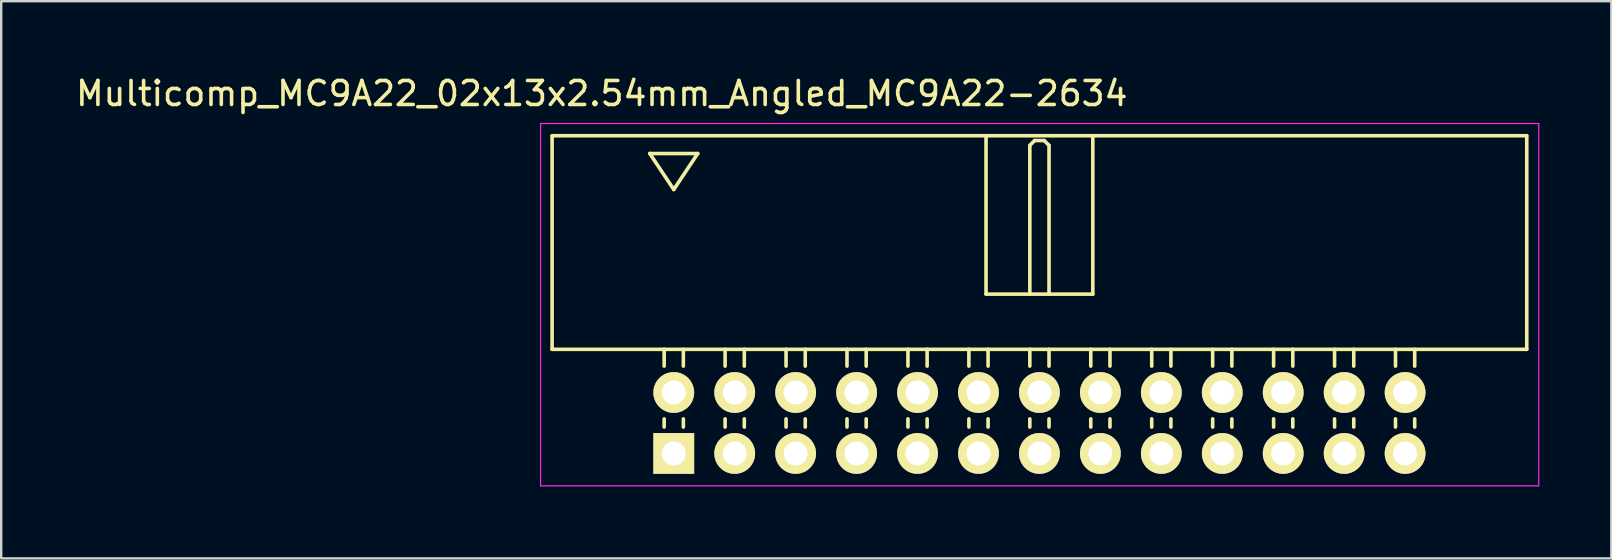
<source format=kicad_pcb>
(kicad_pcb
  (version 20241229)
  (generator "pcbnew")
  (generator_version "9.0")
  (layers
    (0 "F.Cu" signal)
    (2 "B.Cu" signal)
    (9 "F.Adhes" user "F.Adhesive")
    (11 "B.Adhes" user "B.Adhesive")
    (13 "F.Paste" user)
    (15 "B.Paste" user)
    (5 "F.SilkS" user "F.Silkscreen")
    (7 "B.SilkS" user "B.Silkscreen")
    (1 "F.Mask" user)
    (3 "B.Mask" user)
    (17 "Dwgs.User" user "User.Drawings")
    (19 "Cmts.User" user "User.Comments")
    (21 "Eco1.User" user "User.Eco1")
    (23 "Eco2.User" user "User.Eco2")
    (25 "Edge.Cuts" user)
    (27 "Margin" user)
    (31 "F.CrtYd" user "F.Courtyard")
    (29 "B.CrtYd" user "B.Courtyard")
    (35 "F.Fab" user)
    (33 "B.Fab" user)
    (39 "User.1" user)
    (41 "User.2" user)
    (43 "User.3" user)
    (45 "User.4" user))
  (footprint "Multicomp_MC9A22_02x13x2.54mm_Angled_MC9A22-2634"
    (layer "F.Cu")
    (at 25.03 15.848)
    (property "Reference" "Multicomp_MC9A22_02x13x2.54mm_Angled_MC9A22-2634" (at -3 -15 0) (layer "F.SilkS") (effects (font (size 1 1) (thickness 0.15))))
    (attr through_hole)
    (fp_line (start -5.07 -13.24) (end 35.55 -13.24) (stroke (width 0.15) (type solid)) (layer "F.SilkS"))
    (fp_line (start -5.07 -4.34) (end -5.07 -13.24) (stroke (width 0.15) (type solid)) (layer "F.SilkS"))
    (fp_line (start -1 -12.5) (end 1 -12.5) (stroke (width 0.15) (type solid)) (layer "F.SilkS"))
    (fp_line (start -0.4 -3.64) (end -0.4 -4.34) (stroke (width 0.15) (type solid)) (layer "F.SilkS"))
    (fp_line (start -0.4 -1.1) (end -0.4 -1.44) (stroke (width 0.15) (type solid)) (layer "F.SilkS"))
    (fp_line (start 0 -11) (end -1 -12.5) (stroke (width 0.15) (type solid)) (layer "F.SilkS"))
    (fp_line (start 0.4 -3.64) (end 0.4 -4.34) (stroke (width 0.15) (type solid)) (layer "F.SilkS"))
    (fp_line (start 0.4 -1.1) (end 0.4 -1.44) (stroke (width 0.15) (type solid)) (layer "F.SilkS"))
    (fp_line (start 1 -12.5) (end 0 -11) (stroke (width 0.15) (type solid)) (layer "F.SilkS"))
    (fp_line (start 2.14 -3.64) (end 2.14 -4.34) (stroke (width 0.15) (type solid)) (layer "F.SilkS"))
    (fp_line (start 2.14 -1.1) (end 2.14 -1.44) (stroke (width 0.15) (type solid)) (layer "F.SilkS"))
    (fp_line (start 2.94 -3.64) (end 2.94 -4.34) (stroke (width 0.15) (type solid)) (layer "F.SilkS"))
    (fp_line (start 2.94 -1.1) (end 2.94 -1.44) (stroke (width 0.15) (type solid)) (layer "F.SilkS"))
    (fp_line (start 4.68 -3.64) (end 4.68 -4.34) (stroke (width 0.15) (type solid)) (layer "F.SilkS"))
    (fp_line (start 4.68 -1.1) (end 4.68 -1.44) (stroke (width 0.15) (type solid)) (layer "F.SilkS"))
    (fp_line (start 5.48 -3.64) (end 5.48 -4.34) (stroke (width 0.15) (type solid)) (layer "F.SilkS"))
    (fp_line (start 5.48 -1.1) (end 5.48 -1.44) (stroke (width 0.15) (type solid)) (layer "F.SilkS"))
    (fp_line (start 7.22 -3.64) (end 7.22 -4.34) (stroke (width 0.15) (type solid)) (layer "F.SilkS"))
    (fp_line (start 7.22 -1.1) (end 7.22 -1.44) (stroke (width 0.15) (type solid)) (layer "F.SilkS"))
    (fp_line (start 8.02 -3.64) (end 8.02 -4.34) (stroke (width 0.15) (type solid)) (layer "F.SilkS"))
    (fp_line (start 8.02 -1.1) (end 8.02 -1.44) (stroke (width 0.15) (type solid)) (layer "F.SilkS"))
    (fp_line (start 9.76 -3.64) (end 9.76 -4.34) (stroke (width 0.15) (type solid)) (layer "F.SilkS"))
    (fp_line (start 9.76 -1.1) (end 9.76 -1.44) (stroke (width 0.15) (type solid)) (layer "F.SilkS"))
    (fp_line (start 10.56 -3.64) (end 10.56 -4.34) (stroke (width 0.15) (type solid)) (layer "F.SilkS"))
    (fp_line (start 10.56 -1.1) (end 10.56 -1.44) (stroke (width 0.15) (type solid)) (layer "F.SilkS"))
    (fp_line (start 12.3 -3.64) (end 12.3 -4.34) (stroke (width 0.15) (type solid)) (layer "F.SilkS"))
    (fp_line (start 12.3 -1.1) (end 12.3 -1.44) (stroke (width 0.15) (type solid)) (layer "F.SilkS"))
    (fp_line (start 13.015 -13.24) (end 13.015 -6.64) (stroke (width 0.15) (type solid)) (layer "F.SilkS"))
    (fp_line (start 13.015 -6.64) (end 17.465 -6.64) (stroke (width 0.15) (type solid)) (layer "F.SilkS"))
    (fp_line (start 13.1 -3.64) (end 13.1 -4.34) (stroke (width 0.15) (type solid)) (layer "F.SilkS"))
    (fp_line (start 13.1 -1.1) (end 13.1 -1.44) (stroke (width 0.15) (type solid)) (layer "F.SilkS"))
    (fp_line (start 14.84 -12.84) (end 15.04 -13.04) (stroke (width 0.15) (type solid)) (layer "F.SilkS"))
    (fp_line (start 14.84 -6.64) (end 14.84 -12.84) (stroke (width 0.15) (type solid)) (layer "F.SilkS"))
    (fp_line (start 14.84 -3.64) (end 14.84 -4.34) (stroke (width 0.15) (type solid)) (layer "F.SilkS"))
    (fp_line (start 14.84 -1.1) (end 14.84 -1.44) (stroke (width 0.15) (type solid)) (layer "F.SilkS"))
    (fp_line (start 15.04 -13.04) (end 15.44 -13.04) (stroke (width 0.15) (type solid)) (layer "F.SilkS"))
    (fp_line (start 15.44 -13.04) (end 15.64 -12.84) (stroke (width 0.15) (type solid)) (layer "F.SilkS"))
    (fp_line (start 15.64 -12.84) (end 15.64 -6.64) (stroke (width 0.15) (type solid)) (layer "F.SilkS"))
    (fp_line (start 15.64 -3.64) (end 15.64 -4.34) (stroke (width 0.15) (type solid)) (layer "F.SilkS"))
    (fp_line (start 15.64 -1.1) (end 15.64 -1.44) (stroke (width 0.15) (type solid)) (layer "F.SilkS"))
    (fp_line (start 17.38 -3.64) (end 17.38 -4.34) (stroke (width 0.15) (type solid)) (layer "F.SilkS"))
    (fp_line (start 17.38 -1.1) (end 17.38 -1.44) (stroke (width 0.15) (type solid)) (layer "F.SilkS"))
    (fp_line (start 17.465 -6.64) (end 17.465 -13.24) (stroke (width 0.15) (type solid)) (layer "F.SilkS"))
    (fp_line (start 18.18 -3.64) (end 18.18 -4.34) (stroke (width 0.15) (type solid)) (layer "F.SilkS"))
    (fp_line (start 18.18 -1.1) (end 18.18 -1.44) (stroke (width 0.15) (type solid)) (layer "F.SilkS"))
    (fp_line (start 19.92 -3.64) (end 19.92 -4.34) (stroke (width 0.15) (type solid)) (layer "F.SilkS"))
    (fp_line (start 19.92 -1.1) (end 19.92 -1.44) (stroke (width 0.15) (type solid)) (layer "F.SilkS"))
    (fp_line (start 20.72 -3.64) (end 20.72 -4.34) (stroke (width 0.15) (type solid)) (layer "F.SilkS"))
    (fp_line (start 20.72 -1.1) (end 20.72 -1.44) (stroke (width 0.15) (type solid)) (layer "F.SilkS"))
    (fp_line (start 22.46 -3.64) (end 22.46 -4.34) (stroke (width 0.15) (type solid)) (layer "F.SilkS"))
    (fp_line (start 22.46 -1.1) (end 22.46 -1.44) (stroke (width 0.15) (type solid)) (layer "F.SilkS"))
    (fp_line (start 23.26 -3.64) (end 23.26 -4.34) (stroke (width 0.15) (type solid)) (layer "F.SilkS"))
    (fp_line (start 23.26 -1.1) (end 23.26 -1.44) (stroke (width 0.15) (type solid)) (layer "F.SilkS"))
    (fp_line (start 25 -3.64) (end 25 -4.34) (stroke (width 0.15) (type solid)) (layer "F.SilkS"))
    (fp_line (start 25 -1.1) (end 25 -1.44) (stroke (width 0.15) (type solid)) (layer "F.SilkS"))
    (fp_line (start 25.8 -3.64) (end 25.8 -4.34) (stroke (width 0.15) (type solid)) (layer "F.SilkS"))
    (fp_line (start 25.8 -1.1) (end 25.8 -1.44) (stroke (width 0.15) (type solid)) (layer "F.SilkS"))
    (fp_line (start 27.54 -3.64) (end 27.54 -4.34) (stroke (width 0.15) (type solid)) (layer "F.SilkS"))
    (fp_line (start 27.54 -1.1) (end 27.54 -1.44) (stroke (width 0.15) (type solid)) (layer "F.SilkS"))
    (fp_line (start 28.34 -3.64) (end 28.34 -4.34) (stroke (width 0.15) (type solid)) (layer "F.SilkS"))
    (fp_line (start 28.34 -1.1) (end 28.34 -1.44) (stroke (width 0.15) (type solid)) (layer "F.SilkS"))
    (fp_line (start 30.08 -3.64) (end 30.08 -4.34) (stroke (width 0.15) (type solid)) (layer "F.SilkS"))
    (fp_line (start 30.08 -1.1) (end 30.08 -1.44) (stroke (width 0.15) (type solid)) (layer "F.SilkS"))
    (fp_line (start 30.88 -3.64) (end 30.88 -4.34) (stroke (width 0.15) (type solid)) (layer "F.SilkS"))
    (fp_line (start 30.88 -1.1) (end 30.88 -1.44) (stroke (width 0.15) (type solid)) (layer "F.SilkS"))
    (fp_line (start 35.55 -13.24) (end 35.55 -4.34) (stroke (width 0.15) (type solid)) (layer "F.SilkS"))
    (fp_line (start 35.55 -4.34) (end -5.07 -4.34) (stroke (width 0.15) (type solid)) (layer "F.SilkS"))
    (fp_line (start -5.55 -13.75) (end 36.05 -13.75) (stroke (width 0.05) (type solid)) (layer "F.CrtYd"))
    (fp_line (start -5.55 1.35) (end -5.55 -13.75) (stroke (width 0.05) (type solid)) (layer "F.CrtYd"))
    (fp_line (start 36.05 -13.75) (end 36.05 1.35) (stroke (width 0.05) (type solid)) (layer "F.CrtYd"))
    (fp_line (start 36.05 1.35) (end -5.55 1.35) (stroke (width 0.05) (type solid)) (layer "F.CrtYd"))
    (pad "1" thru_hole rect (at 0 0) (size 1.7 1.7) (drill 1) (layers "*.Cu" "*.Mask" "F.SilkS"))
    (pad "2" thru_hole circle (at 0 -2.54) (size 1.7 1.7) (drill 1) (layers "*.Cu" "*.Mask" "F.SilkS"))
    (pad "3" thru_hole circle (at 2.54 0) (size 1.7 1.7) (drill 1) (layers "*.Cu" "*.Mask" "F.SilkS"))
    (pad "4" thru_hole circle (at 2.54 -2.54) (size 1.7 1.7) (drill 1) (layers "*.Cu" "*.Mask" "F.SilkS"))
    (pad "5" thru_hole circle (at 5.08 0) (size 1.7 1.7) (drill 1) (layers "*.Cu" "*.Mask" "F.SilkS"))
    (pad "6" thru_hole circle (at 5.08 -2.54) (size 1.7 1.7) (drill 1) (layers "*.Cu" "*.Mask" "F.SilkS"))
    (pad "7" thru_hole circle (at 7.62 0) (size 1.7 1.7) (drill 1) (layers "*.Cu" "*.Mask" "F.SilkS"))
    (pad "8" thru_hole circle (at 7.62 -2.54) (size 1.7 1.7) (drill 1) (layers "*.Cu" "*.Mask" "F.SilkS"))
    (pad "9" thru_hole circle (at 10.16 0) (size 1.7 1.7) (drill 1) (layers "*.Cu" "*.Mask" "F.SilkS"))
    (pad "10" thru_hole circle (at 10.16 -2.54) (size 1.7 1.7) (drill 1) (layers "*.Cu" "*.Mask" "F.SilkS"))
    (pad "11" thru_hole circle (at 12.7 0) (size 1.7 1.7) (drill 1) (layers "*.Cu" "*.Mask" "F.SilkS"))
    (pad "12" thru_hole circle (at 12.7 -2.54) (size 1.7 1.7) (drill 1) (layers "*.Cu" "*.Mask" "F.SilkS"))
    (pad "13" thru_hole circle (at 15.24 0) (size 1.7 1.7) (drill 1) (layers "*.Cu" "*.Mask" "F.SilkS"))
    (pad "14" thru_hole circle (at 15.24 -2.54) (size 1.7 1.7) (drill 1) (layers "*.Cu" "*.Mask" "F.SilkS"))
    (pad "15" thru_hole circle (at 17.78 0) (size 1.7 1.7) (drill 1) (layers "*.Cu" "*.Mask" "F.SilkS"))
    (pad "16" thru_hole circle (at 17.78 -2.54) (size 1.7 1.7) (drill 1) (layers "*.Cu" "*.Mask" "F.SilkS"))
    (pad "17" thru_hole circle (at 20.32 0) (size 1.7 1.7) (drill 1) (layers "*.Cu" "*.Mask" "F.SilkS"))
    (pad "18" thru_hole circle (at 20.32 -2.54) (size 1.7 1.7) (drill 1) (layers "*.Cu" "*.Mask" "F.SilkS"))
    (pad "19" thru_hole circle (at 22.86 0) (size 1.7 1.7) (drill 1) (layers "*.Cu" "*.Mask" "F.SilkS"))
    (pad "20" thru_hole circle (at 22.86 -2.54) (size 1.7 1.7) (drill 1) (layers "*.Cu" "*.Mask" "F.SilkS"))
    (pad "21" thru_hole circle (at 25.4 0) (size 1.7 1.7) (drill 1) (layers "*.Cu" "*.Mask" "F.SilkS"))
    (pad "22" thru_hole circle (at 25.4 -2.54) (size 1.7 1.7) (drill 1) (layers "*.Cu" "*.Mask" "F.SilkS"))
    (pad "23" thru_hole circle (at 27.94 0) (size 1.7 1.7) (drill 1) (layers "*.Cu" "*.Mask" "F.SilkS"))
    (pad "24" thru_hole circle (at 27.94 -2.54) (size 1.7 1.7) (drill 1) (layers "*.Cu" "*.Mask" "F.SilkS"))
    (pad "25" thru_hole circle (at 30.48 0) (size 1.7 1.7) (drill 1) (layers "*.Cu" "*.Mask" "F.SilkS"))
    (pad "26" thru_hole circle (at 30.48 -2.54) (size 1.7 1.7) (drill 1) (layers "*.Cu" "*.Mask" "F.SilkS")))
  (gr_rect
    (start -3 -3)
    (end 64.105 20.223)
    (stroke (width 0.1) (type default))
    (fill no)
    (layer "Edge.Cuts")))
</source>
